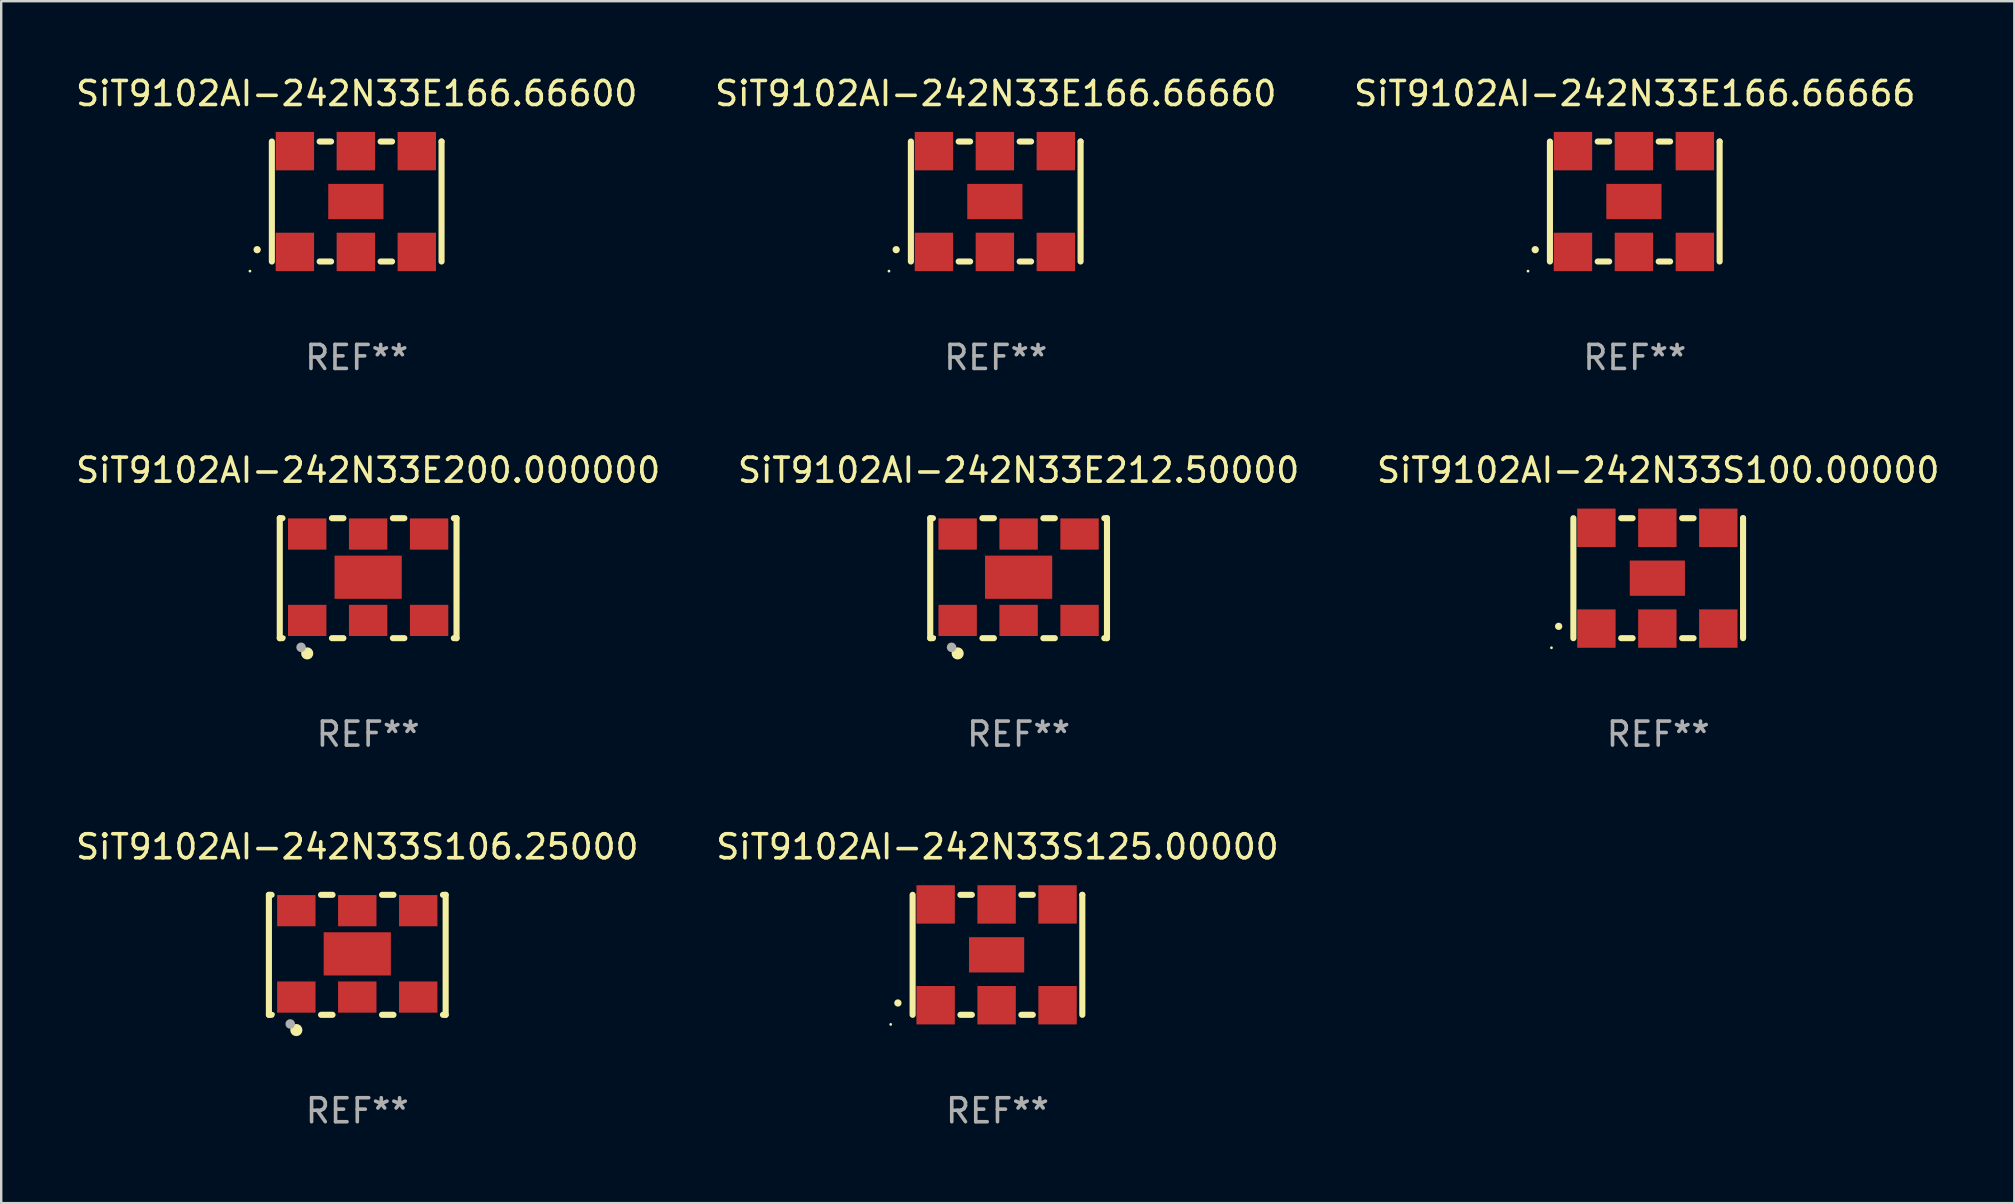
<source format=kicad_pcb>
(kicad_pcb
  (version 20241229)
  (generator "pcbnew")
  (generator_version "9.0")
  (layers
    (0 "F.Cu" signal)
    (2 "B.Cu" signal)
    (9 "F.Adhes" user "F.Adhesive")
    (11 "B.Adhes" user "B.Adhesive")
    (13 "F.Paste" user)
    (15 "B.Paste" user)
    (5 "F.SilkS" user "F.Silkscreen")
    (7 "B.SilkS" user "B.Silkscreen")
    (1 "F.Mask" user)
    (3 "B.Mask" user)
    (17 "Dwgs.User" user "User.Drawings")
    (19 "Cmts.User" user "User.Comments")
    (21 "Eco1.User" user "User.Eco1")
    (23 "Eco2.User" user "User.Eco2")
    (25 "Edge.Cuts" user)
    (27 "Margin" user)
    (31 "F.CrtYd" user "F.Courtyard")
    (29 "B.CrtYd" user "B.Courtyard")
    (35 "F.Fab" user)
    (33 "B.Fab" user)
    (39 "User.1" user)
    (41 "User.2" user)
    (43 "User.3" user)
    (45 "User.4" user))
  (footprint "SiT9102AI-242N33E212.50000"
    (layer "F.Cu")
    (at 39.399 21.045)
    (property "Reference" "SiT9102AI-242N33E212.50000" (at 0 -4.5 0) (layer "F.SilkS") (effects (font (size 1 1) (thickness 0.15))))
    (attr through_hole)
    (fp_line (start -3.683 -2.5) (end -3.571 -2.5) (stroke (width 0.254) (type solid)) (layer "F.SilkS"))
    (fp_line (start -3.683 2.5) (end -3.683 -2.5) (stroke (width 0.254) (type solid)) (layer "F.SilkS"))
    (fp_line (start -3.683 2.5) (end -3.571 2.5) (stroke (width 0.254) (type solid)) (layer "F.SilkS"))
    (fp_line (start -1.509 -2.5) (end -1.031 -2.5) (stroke (width 0.254) (type solid)) (layer "F.SilkS"))
    (fp_line (start -1.509 2.5) (end -1.031 2.5) (stroke (width 0.254) (type solid)) (layer "F.SilkS"))
    (fp_line (start 1.031 -2.5) (end 1.509 -2.5) (stroke (width 0.254) (type solid)) (layer "F.SilkS"))
    (fp_line (start 1.031 2.5) (end 1.509 2.5) (stroke (width 0.254) (type solid)) (layer "F.SilkS"))
    (fp_line (start 3.571 -2.5) (end 3.683 -2.5) (stroke (width 0.254) (type solid)) (layer "F.SilkS"))
    (fp_line (start 3.571 2.5) (end 3.683 2.5) (stroke (width 0.254) (type solid)) (layer "F.SilkS"))
    (fp_line (start 3.683 2.5) (end 3.683 -2.5) (stroke (width 0.254) (type solid)) (layer "F.SilkS"))
    (fp_circle (center -3.5 2.46) (end -3.47 2.46) (stroke (width 0.06) (type solid)) (fill no) (layer "F.SilkS"))
    (fp_circle (center -2.54 3.135) (end -2.413 3.135) (stroke (width 0.254) (type solid)) (fill no) (layer "F.SilkS"))
    (fp_circle (center -2.794 2.881) (end -2.694 2.881) (stroke (width 0.2) (type solid)) (fill no) (layer "F.Fab"))
    (fp_text user "REF**" (at 0 6.5 0) (layer "F.Fab") (effects (font (size 1 1) (thickness 0.15))))
    (pad "1" smd rect (at -2.54 1.76) (size 1.6 1.3) (layers "F.Cu" "F.Mask" "F.Paste"))
    (pad "2" smd rect (at 0 1.76) (size 1.6 1.3) (layers "F.Cu" "F.Mask" "F.Paste"))
    (pad "3" smd rect (at 2.54 1.76) (size 1.6 1.3) (layers "F.Cu" "F.Mask" "F.Paste"))
    (pad "4" smd rect (at 2.54 -1.84) (size 1.6 1.3) (layers "F.Cu" "F.Mask" "F.Paste"))
    (pad "5" smd rect (at 0 -1.84) (size 1.6 1.3) (layers "F.Cu" "F.Mask" "F.Paste"))
    (pad "6" smd rect (at -2.54 -1.84) (size 1.6 1.3) (layers "F.Cu" "F.Mask" "F.Paste"))
    (pad "7" smd rect (at 0 -0.04) (size 2.8 1.8) (layers "F.Cu" "F.Mask" "F.Paste")))
  (footprint "SiT9102AI-242N33S100.00000"
    (layer "F.Cu")
    (at 66.054 21.045)
    (property "Reference" "SiT9102AI-242N33S100.00000" (at 0 -4.5 0) (layer "F.SilkS") (effects (font (size 1 1) (thickness 0.15))))
    (attr through_hole)
    (fp_line (start -3.536 -2.5) (end -3.536 2.5) (stroke (width 0.254) (type solid)) (layer "F.SilkS"))
    (fp_line (start -1.544 2.5) (end -1.067 2.5) (stroke (width 0.254) (type solid)) (layer "F.SilkS"))
    (fp_line (start -1.067 -2.5) (end -1.544 -2.5) (stroke (width 0.254) (type solid)) (layer "F.SilkS"))
    (fp_line (start 0.996 2.5) (end 1.473 2.5) (stroke (width 0.254) (type solid)) (layer "F.SilkS"))
    (fp_line (start 1.473 -2.5) (end 0.996 -2.5) (stroke (width 0.254) (type solid)) (layer "F.SilkS"))
    (fp_line (start 3.536 -2.5) (end 3.536 -2.5) (stroke (width 0.254) (type solid)) (layer "F.SilkS"))
    (fp_line (start 3.536 2.5) (end 3.536 -2.5) (stroke (width 0.254) (type solid)) (layer "F.SilkS"))
    (fp_arc (start -4.150432 2.006604) (mid -4.149162 2.006599) (end -4.147892 2.006604) (stroke (width 0.3) (type solid)) (layer "F.SilkS"))
    (fp_circle (center -4.449 2.9) (end -4.419 2.9) (stroke (width 0.06) (type solid)) (fill no) (layer "F.SilkS"))
    (fp_text user "REF**" (at 0 6.5 0) (layer "F.Fab") (effects (font (size 1 1) (thickness 0.15))))
    (pad "1" smd rect (at -2.576 2.1) (size 1.6 1.6) (layers "F.Cu" "F.Mask" "F.Paste"))
    (pad "2" smd rect (at -0.036 2.1) (size 1.6 1.6) (layers "F.Cu" "F.Mask" "F.Paste"))
    (pad "3" smd rect (at 2.504 2.1) (size 1.6 1.6) (layers "F.Cu" "F.Mask" "F.Paste"))
    (pad "4" smd rect (at 2.504 -2.1) (size 1.6 1.6) (layers "F.Cu" "F.Mask" "F.Paste"))
    (pad "5" smd rect (at -0.036 -2.1) (size 1.6 1.6) (layers "F.Cu" "F.Mask" "F.Paste"))
    (pad "6" smd rect (at -2.576 -2.1) (size 1.6 1.6) (layers "F.Cu" "F.Mask" "F.Paste"))
    (pad "7" smd rect (at -0.036 0) (size 2.3 1.47) (layers "F.Cu" "F.Mask" "F.Paste")))
  (footprint "SiT9102AI-242N33E166.66660"
    (layer "F.Cu")
    (at 38.446 5.348)
    (property "Reference" "SiT9102AI-242N33E166.66660" (at 0 -4.5 0) (layer "F.SilkS") (effects (font (size 1 1) (thickness 0.15))))
    (attr through_hole)
    (fp_line (start -3.536 -2.5) (end -3.536 2.5) (stroke (width 0.254) (type solid)) (layer "F.SilkS"))
    (fp_line (start -1.544 2.5) (end -1.067 2.5) (stroke (width 0.254) (type solid)) (layer "F.SilkS"))
    (fp_line (start -1.067 -2.5) (end -1.544 -2.5) (stroke (width 0.254) (type solid)) (layer "F.SilkS"))
    (fp_line (start 0.996 2.5) (end 1.473 2.5) (stroke (width 0.254) (type solid)) (layer "F.SilkS"))
    (fp_line (start 1.473 -2.5) (end 0.996 -2.5) (stroke (width 0.254) (type solid)) (layer "F.SilkS"))
    (fp_line (start 3.536 -2.5) (end 3.536 -2.5) (stroke (width 0.254) (type solid)) (layer "F.SilkS"))
    (fp_line (start 3.536 2.5) (end 3.536 -2.5) (stroke (width 0.254) (type solid)) (layer "F.SilkS"))
    (fp_arc (start -4.150432 2.006604) (mid -4.149162 2.006599) (end -4.147892 2.006604) (stroke (width 0.3) (type solid)) (layer "F.SilkS"))
    (fp_circle (center -4.449 2.9) (end -4.419 2.9) (stroke (width 0.06) (type solid)) (fill no) (layer "F.SilkS"))
    (fp_text user "REF**" (at 0 6.5 0) (layer "F.Fab") (effects (font (size 1 1) (thickness 0.15))))
    (pad "1" smd rect (at -2.576 2.1) (size 1.6 1.6) (layers "F.Cu" "F.Mask" "F.Paste"))
    (pad "2" smd rect (at -0.036 2.1) (size 1.6 1.6) (layers "F.Cu" "F.Mask" "F.Paste"))
    (pad "3" smd rect (at 2.504 2.1) (size 1.6 1.6) (layers "F.Cu" "F.Mask" "F.Paste"))
    (pad "4" smd rect (at 2.504 -2.1) (size 1.6 1.6) (layers "F.Cu" "F.Mask" "F.Paste"))
    (pad "5" smd rect (at -0.036 -2.1) (size 1.6 1.6) (layers "F.Cu" "F.Mask" "F.Paste"))
    (pad "6" smd rect (at -2.576 -2.1) (size 1.6 1.6) (layers "F.Cu" "F.Mask" "F.Paste"))
    (pad "7" smd rect (at -0.036 0) (size 2.3 1.47) (layers "F.Cu" "F.Mask" "F.Paste")))
  (footprint "SiT9102AI-242N33E166.66666"
    (layer "F.Cu")
    (at 65.077 5.348)
    (property "Reference" "SiT9102AI-242N33E166.66666" (at 0 -4.5 0) (layer "F.SilkS") (effects (font (size 1 1) (thickness 0.15))))
    (attr through_hole)
    (fp_line (start -3.536 -2.5) (end -3.536 2.5) (stroke (width 0.254) (type solid)) (layer "F.SilkS"))
    (fp_line (start -1.544 2.5) (end -1.067 2.5) (stroke (width 0.254) (type solid)) (layer "F.SilkS"))
    (fp_line (start -1.067 -2.5) (end -1.544 -2.5) (stroke (width 0.254) (type solid)) (layer "F.SilkS"))
    (fp_line (start 0.996 2.5) (end 1.473 2.5) (stroke (width 0.254) (type solid)) (layer "F.SilkS"))
    (fp_line (start 1.473 -2.5) (end 0.996 -2.5) (stroke (width 0.254) (type solid)) (layer "F.SilkS"))
    (fp_line (start 3.536 -2.5) (end 3.536 -2.5) (stroke (width 0.254) (type solid)) (layer "F.SilkS"))
    (fp_line (start 3.536 2.5) (end 3.536 -2.5) (stroke (width 0.254) (type solid)) (layer "F.SilkS"))
    (fp_arc (start -4.150432 2.006604) (mid -4.149162 2.006599) (end -4.147892 2.006604) (stroke (width 0.3) (type solid)) (layer "F.SilkS"))
    (fp_circle (center -4.449 2.9) (end -4.419 2.9) (stroke (width 0.06) (type solid)) (fill no) (layer "F.SilkS"))
    (fp_text user "REF**" (at 0 6.5 0) (layer "F.Fab") (effects (font (size 1 1) (thickness 0.15))))
    (pad "1" smd rect (at -2.576 2.1) (size 1.6 1.6) (layers "F.Cu" "F.Mask" "F.Paste"))
    (pad "2" smd rect (at -0.036 2.1) (size 1.6 1.6) (layers "F.Cu" "F.Mask" "F.Paste"))
    (pad "3" smd rect (at 2.504 2.1) (size 1.6 1.6) (layers "F.Cu" "F.Mask" "F.Paste"))
    (pad "4" smd rect (at 2.504 -2.1) (size 1.6 1.6) (layers "F.Cu" "F.Mask" "F.Paste"))
    (pad "5" smd rect (at -0.036 -2.1) (size 1.6 1.6) (layers "F.Cu" "F.Mask" "F.Paste"))
    (pad "6" smd rect (at -2.576 -2.1) (size 1.6 1.6) (layers "F.Cu" "F.Mask" "F.Paste"))
    (pad "7" smd rect (at -0.036 0) (size 2.3 1.47) (layers "F.Cu" "F.Mask" "F.Paste")))
  (footprint "SiT9102AI-242N33S106.25000"
    (layer "F.Cu")
    (at 11.839 36.741)
    (property "Reference" "SiT9102AI-242N33S106.25000" (at 0 -4.5 0) (layer "F.SilkS") (effects (font (size 1 1) (thickness 0.15))))
    (attr through_hole)
    (fp_line (start -3.683 -2.5) (end -3.571 -2.5) (stroke (width 0.254) (type solid)) (layer "F.SilkS"))
    (fp_line (start -3.683 2.5) (end -3.683 -2.5) (stroke (width 0.254) (type solid)) (layer "F.SilkS"))
    (fp_line (start -3.683 2.5) (end -3.571 2.5) (stroke (width 0.254) (type solid)) (layer "F.SilkS"))
    (fp_line (start -1.509 -2.5) (end -1.031 -2.5) (stroke (width 0.254) (type solid)) (layer "F.SilkS"))
    (fp_line (start -1.509 2.5) (end -1.031 2.5) (stroke (width 0.254) (type solid)) (layer "F.SilkS"))
    (fp_line (start 1.031 -2.5) (end 1.509 -2.5) (stroke (width 0.254) (type solid)) (layer "F.SilkS"))
    (fp_line (start 1.031 2.5) (end 1.509 2.5) (stroke (width 0.254) (type solid)) (layer "F.SilkS"))
    (fp_line (start 3.571 -2.5) (end 3.683 -2.5) (stroke (width 0.254) (type solid)) (layer "F.SilkS"))
    (fp_line (start 3.571 2.5) (end 3.683 2.5) (stroke (width 0.254) (type solid)) (layer "F.SilkS"))
    (fp_line (start 3.683 2.5) (end 3.683 -2.5) (stroke (width 0.254) (type solid)) (layer "F.SilkS"))
    (fp_circle (center -3.5 2.46) (end -3.47 2.46) (stroke (width 0.06) (type solid)) (fill no) (layer "F.SilkS"))
    (fp_circle (center -2.54 3.135) (end -2.413 3.135) (stroke (width 0.254) (type solid)) (fill no) (layer "F.SilkS"))
    (fp_circle (center -2.794 2.881) (end -2.694 2.881) (stroke (width 0.2) (type solid)) (fill no) (layer "F.Fab"))
    (fp_text user "REF**" (at 0 6.5 0) (layer "F.Fab") (effects (font (size 1 1) (thickness 0.15))))
    (pad "1" smd rect (at -2.54 1.76) (size 1.6 1.3) (layers "F.Cu" "F.Mask" "F.Paste"))
    (pad "2" smd rect (at 0 1.76) (size 1.6 1.3) (layers "F.Cu" "F.Mask" "F.Paste"))
    (pad "3" smd rect (at 2.54 1.76) (size 1.6 1.3) (layers "F.Cu" "F.Mask" "F.Paste"))
    (pad "4" smd rect (at 2.54 -1.84) (size 1.6 1.3) (layers "F.Cu" "F.Mask" "F.Paste"))
    (pad "5" smd rect (at 0 -1.84) (size 1.6 1.3) (layers "F.Cu" "F.Mask" "F.Paste"))
    (pad "6" smd rect (at -2.54 -1.84) (size 1.6 1.3) (layers "F.Cu" "F.Mask" "F.Paste"))
    (pad "7" smd rect (at 0 -0.04) (size 2.8 1.8) (layers "F.Cu" "F.Mask" "F.Paste")))
  (footprint "SiT9102AI-242N33E200.000000"
    (layer "F.Cu")
    (at 12.292 21.045)
    (property "Reference" "SiT9102AI-242N33E200.000000" (at 0 -4.5 0) (layer "F.SilkS") (effects (font (size 1 1) (thickness 0.15))))
    (attr through_hole)
    (fp_line (start -3.683 -2.5) (end -3.571 -2.5) (stroke (width 0.254) (type solid)) (layer "F.SilkS"))
    (fp_line (start -3.683 2.5) (end -3.683 -2.5) (stroke (width 0.254) (type solid)) (layer "F.SilkS"))
    (fp_line (start -3.683 2.5) (end -3.571 2.5) (stroke (width 0.254) (type solid)) (layer "F.SilkS"))
    (fp_line (start -1.509 -2.5) (end -1.031 -2.5) (stroke (width 0.254) (type solid)) (layer "F.SilkS"))
    (fp_line (start -1.509 2.5) (end -1.031 2.5) (stroke (width 0.254) (type solid)) (layer "F.SilkS"))
    (fp_line (start 1.031 -2.5) (end 1.509 -2.5) (stroke (width 0.254) (type solid)) (layer "F.SilkS"))
    (fp_line (start 1.031 2.5) (end 1.509 2.5) (stroke (width 0.254) (type solid)) (layer "F.SilkS"))
    (fp_line (start 3.571 -2.5) (end 3.683 -2.5) (stroke (width 0.254) (type solid)) (layer "F.SilkS"))
    (fp_line (start 3.571 2.5) (end 3.683 2.5) (stroke (width 0.254) (type solid)) (layer "F.SilkS"))
    (fp_line (start 3.683 2.5) (end 3.683 -2.5) (stroke (width 0.254) (type solid)) (layer "F.SilkS"))
    (fp_circle (center -3.5 2.46) (end -3.47 2.46) (stroke (width 0.06) (type solid)) (fill no) (layer "F.SilkS"))
    (fp_circle (center -2.54 3.135) (end -2.413 3.135) (stroke (width 0.254) (type solid)) (fill no) (layer "F.SilkS"))
    (fp_circle (center -2.794 2.881) (end -2.694 2.881) (stroke (width 0.2) (type solid)) (fill no) (layer "F.Fab"))
    (fp_text user "REF**" (at 0 6.5 0) (layer "F.Fab") (effects (font (size 1 1) (thickness 0.15))))
    (pad "1" smd rect (at -2.54 1.76) (size 1.6 1.3) (layers "F.Cu" "F.Mask" "F.Paste"))
    (pad "2" smd rect (at 0 1.76) (size 1.6 1.3) (layers "F.Cu" "F.Mask" "F.Paste"))
    (pad "3" smd rect (at 2.54 1.76) (size 1.6 1.3) (layers "F.Cu" "F.Mask" "F.Paste"))
    (pad "4" smd rect (at 2.54 -1.84) (size 1.6 1.3) (layers "F.Cu" "F.Mask" "F.Paste"))
    (pad "5" smd rect (at 0 -1.84) (size 1.6 1.3) (layers "F.Cu" "F.Mask" "F.Paste"))
    (pad "6" smd rect (at -2.54 -1.84) (size 1.6 1.3) (layers "F.Cu" "F.Mask" "F.Paste"))
    (pad "7" smd rect (at 0 -0.04) (size 2.8 1.8) (layers "F.Cu" "F.Mask" "F.Paste")))
  (footprint "SiT9102AI-242N33E166.66600"
    (layer "F.Cu")
    (at 11.815 5.348)
    (property "Reference" "SiT9102AI-242N33E166.66600" (at 0 -4.5 0) (layer "F.SilkS") (effects (font (size 1 1) (thickness 0.15))))
    (attr through_hole)
    (fp_line (start -3.536 -2.5) (end -3.536 2.5) (stroke (width 0.254) (type solid)) (layer "F.SilkS"))
    (fp_line (start -1.544 2.5) (end -1.067 2.5) (stroke (width 0.254) (type solid)) (layer "F.SilkS"))
    (fp_line (start -1.067 -2.5) (end -1.544 -2.5) (stroke (width 0.254) (type solid)) (layer "F.SilkS"))
    (fp_line (start 0.996 2.5) (end 1.473 2.5) (stroke (width 0.254) (type solid)) (layer "F.SilkS"))
    (fp_line (start 1.473 -2.5) (end 0.996 -2.5) (stroke (width 0.254) (type solid)) (layer "F.SilkS"))
    (fp_line (start 3.536 -2.5) (end 3.536 -2.5) (stroke (width 0.254) (type solid)) (layer "F.SilkS"))
    (fp_line (start 3.536 2.5) (end 3.536 -2.5) (stroke (width 0.254) (type solid)) (layer "F.SilkS"))
    (fp_arc (start -4.150432 2.006604) (mid -4.149162 2.006599) (end -4.147892 2.006604) (stroke (width 0.3) (type solid)) (layer "F.SilkS"))
    (fp_circle (center -4.449 2.9) (end -4.419 2.9) (stroke (width 0.06) (type solid)) (fill no) (layer "F.SilkS"))
    (fp_text user "REF**" (at 0 6.5 0) (layer "F.Fab") (effects (font (size 1 1) (thickness 0.15))))
    (pad "1" smd rect (at -2.576 2.1) (size 1.6 1.6) (layers "F.Cu" "F.Mask" "F.Paste"))
    (pad "2" smd rect (at -0.036 2.1) (size 1.6 1.6) (layers "F.Cu" "F.Mask" "F.Paste"))
    (pad "3" smd rect (at 2.504 2.1) (size 1.6 1.6) (layers "F.Cu" "F.Mask" "F.Paste"))
    (pad "4" smd rect (at 2.504 -2.1) (size 1.6 1.6) (layers "F.Cu" "F.Mask" "F.Paste"))
    (pad "5" smd rect (at -0.036 -2.1) (size 1.6 1.6) (layers "F.Cu" "F.Mask" "F.Paste"))
    (pad "6" smd rect (at -2.576 -2.1) (size 1.6 1.6) (layers "F.Cu" "F.Mask" "F.Paste"))
    (pad "7" smd rect (at -0.036 0) (size 2.3 1.47) (layers "F.Cu" "F.Mask" "F.Paste")))
  (footprint "SiT9102AI-242N33S125.00000"
    (layer "F.Cu")
    (at 38.518 36.741)
    (property "Reference" "SiT9102AI-242N33S125.00000" (at 0 -4.5 0) (layer "F.SilkS") (effects (font (size 1 1) (thickness 0.15))))
    (attr through_hole)
    (fp_line (start -3.536 -2.5) (end -3.536 2.5) (stroke (width 0.254) (type solid)) (layer "F.SilkS"))
    (fp_line (start -1.544 2.5) (end -1.067 2.5) (stroke (width 0.254) (type solid)) (layer "F.SilkS"))
    (fp_line (start -1.067 -2.5) (end -1.544 -2.5) (stroke (width 0.254) (type solid)) (layer "F.SilkS"))
    (fp_line (start 0.996 2.5) (end 1.473 2.5) (stroke (width 0.254) (type solid)) (layer "F.SilkS"))
    (fp_line (start 1.473 -2.5) (end 0.996 -2.5) (stroke (width 0.254) (type solid)) (layer "F.SilkS"))
    (fp_line (start 3.536 -2.5) (end 3.536 -2.5) (stroke (width 0.254) (type solid)) (layer "F.SilkS"))
    (fp_line (start 3.536 2.5) (end 3.536 -2.5) (stroke (width 0.254) (type solid)) (layer "F.SilkS"))
    (fp_arc (start -4.150432 2.006604) (mid -4.149162 2.006599) (end -4.147892 2.006604) (stroke (width 0.3) (type solid)) (layer "F.SilkS"))
    (fp_circle (center -4.449 2.9) (end -4.419 2.9) (stroke (width 0.06) (type solid)) (fill no) (layer "F.SilkS"))
    (fp_text user "REF**" (at 0 6.5 0) (layer "F.Fab") (effects (font (size 1 1) (thickness 0.15))))
    (pad "1" smd rect (at -2.576 2.1) (size 1.6 1.6) (layers "F.Cu" "F.Mask" "F.Paste"))
    (pad "2" smd rect (at -0.036 2.1) (size 1.6 1.6) (layers "F.Cu" "F.Mask" "F.Paste"))
    (pad "3" smd rect (at 2.504 2.1) (size 1.6 1.6) (layers "F.Cu" "F.Mask" "F.Paste"))
    (pad "4" smd rect (at 2.504 -2.1) (size 1.6 1.6) (layers "F.Cu" "F.Mask" "F.Paste"))
    (pad "5" smd rect (at -0.036 -2.1) (size 1.6 1.6) (layers "F.Cu" "F.Mask" "F.Paste"))
    (pad "6" smd rect (at -2.576 -2.1) (size 1.6 1.6) (layers "F.Cu" "F.Mask" "F.Paste"))
    (pad "7" smd rect (at -0.036 0) (size 2.3 1.47) (layers "F.Cu" "F.Mask" "F.Paste")))
  (gr_rect
    (start -3 -3)
    (end 80.893 47.09)
    (stroke (width 0.1) (type default))
    (fill no)
    (layer "Edge.Cuts")))
</source>
